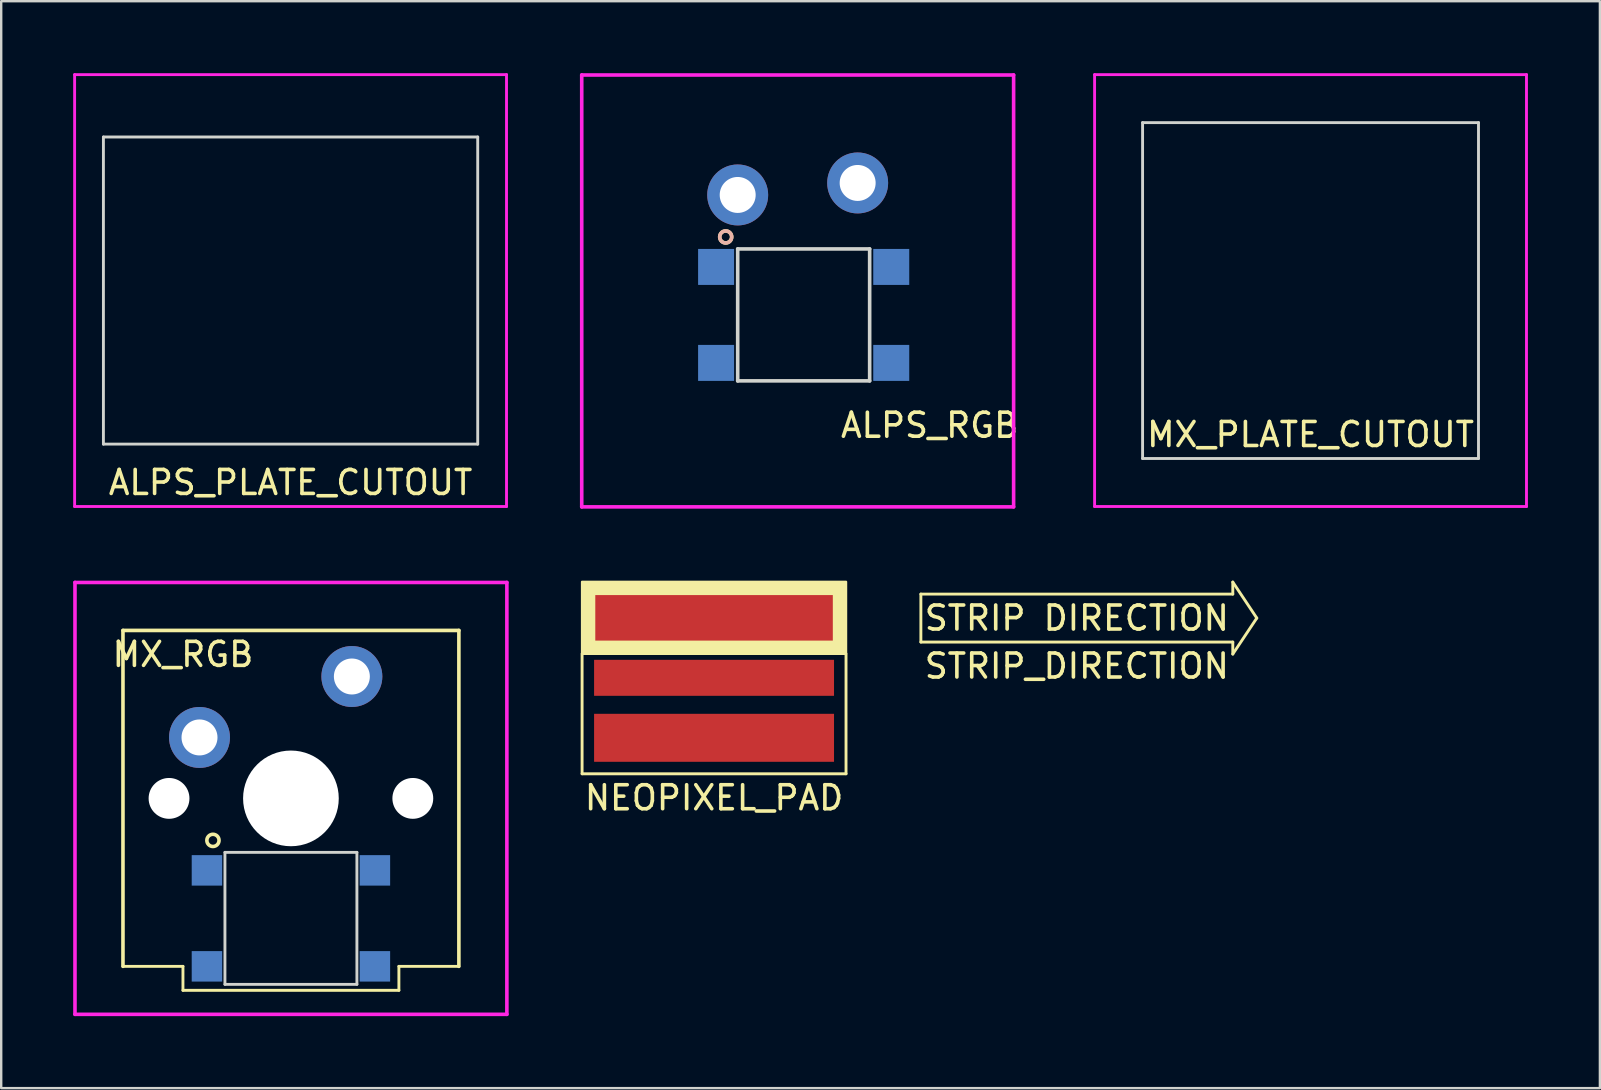
<source format=kicad_pcb>
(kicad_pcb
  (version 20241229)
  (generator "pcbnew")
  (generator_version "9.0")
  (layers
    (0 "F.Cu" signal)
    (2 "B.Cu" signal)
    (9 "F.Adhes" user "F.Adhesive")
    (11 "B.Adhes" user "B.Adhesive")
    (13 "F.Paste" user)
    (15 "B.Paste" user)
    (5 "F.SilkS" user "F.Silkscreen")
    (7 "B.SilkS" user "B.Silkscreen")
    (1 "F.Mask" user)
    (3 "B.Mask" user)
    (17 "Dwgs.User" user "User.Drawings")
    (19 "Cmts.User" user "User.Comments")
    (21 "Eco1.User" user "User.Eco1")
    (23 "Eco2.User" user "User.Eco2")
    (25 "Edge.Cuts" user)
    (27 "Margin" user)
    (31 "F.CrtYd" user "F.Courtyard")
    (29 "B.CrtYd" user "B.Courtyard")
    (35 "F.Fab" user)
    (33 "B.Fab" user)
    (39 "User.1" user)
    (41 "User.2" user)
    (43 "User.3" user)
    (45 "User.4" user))
  (footprint "MX_RGB"
    (layer "F.Cu")
    (at 9.075 30.225)
    (property "Reference" "MX_RGB" (at -4.5 -6 0) (layer "F.SilkS") (effects (font (size 1 1) (thickness 0.15))))
    (attr through_hole)
    (fp_line (start -7 -7) (end -7 7) (stroke (width 0.15) (type solid)) (layer "F.SilkS"))
    (fp_line (start -7 7) (end -4.5 7) (stroke (width 0.12) (type solid)) (layer "F.SilkS"))
    (fp_line (start -4.5 7) (end -4.5 8) (stroke (width 0.12) (type solid)) (layer "F.SilkS"))
    (fp_line (start -4.5 8) (end 4.5 8) (stroke (width 0.12) (type solid)) (layer "F.SilkS"))
    (fp_line (start 4.5 7) (end 7 7) (stroke (width 0.12) (type solid)) (layer "F.SilkS"))
    (fp_line (start 4.5 8) (end 4.5 7) (stroke (width 0.12) (type solid)) (layer "F.SilkS"))
    (fp_line (start 7 -7) (end -7 -7) (stroke (width 0.15) (type solid)) (layer "F.SilkS"))
    (fp_line (start 7 7) (end 7 -7) (stroke (width 0.15) (type solid)) (layer "F.SilkS"))
    (fp_circle (center -3.25 1.75) (end -2.996 1.75) (stroke (width 0.15) (type solid)) (fill no) (layer "F.SilkS"))
    (fp_line (start -2.75 2.25) (end 2.75 2.25) (stroke (width 0.12) (type solid)) (layer "Edge.Cuts"))
    (fp_line (start -2.75 7.75) (end -2.75 2.25) (stroke (width 0.12) (type solid)) (layer "Edge.Cuts"))
    (fp_line (start 2.75 2.25) (end 2.75 7.75) (stroke (width 0.12) (type solid)) (layer "Edge.Cuts"))
    (fp_line (start 2.75 7.75) (end -2.75 7.75) (stroke (width 0.12) (type solid)) (layer "Edge.Cuts"))
    (fp_line (start -9 -9) (end -9 9) (stroke (width 0.15) (type solid)) (layer "F.CrtYd"))
    (fp_line (start -9 9) (end 9 9) (stroke (width 0.15) (type solid)) (layer "F.CrtYd"))
    (fp_line (start 9 -9) (end -9 -9) (stroke (width 0.15) (type solid)) (layer "F.CrtYd"))
    (fp_line (start 9 9) (end 9 -9) (stroke (width 0.15) (type solid)) (layer "F.CrtYd"))
    (pad "" np_thru_hole circle (at -5.08 0) (size 1.702 1.702) (drill 1.702) (layers "*.Cu" "*.Mask"))
    (pad "" np_thru_hole circle (at 0 0) (size 3.988 3.988) (drill 3.988) (layers "*.Cu" "*.Mask"))
    (pad "" np_thru_hole circle (at 5.08 0) (size 1.702 1.702) (drill 1.702) (layers "*.Cu" "*.Mask"))
    (pad "D_IN" smd rect (at 3.5 3) (size 1.27 1.27) (layers "B.Cu" "B.Mask" "B.Paste"))
    (pad "D_OUT" smd rect (at -3.5 7) (size 1.27 1.27) (layers "B.Cu" "B.Mask" "B.Paste"))
    (pad "GND" smd rect (at -3.5 3) (size 1.27 1.27) (layers "B.Cu" "B.Mask" "B.Paste"))
    (pad "S1" thru_hole circle (at -3.81 -2.54) (size 2.54 2.54) (drill 1.499) (layers "*.Cu" "*.Mask"))
    (pad "S2" thru_hole circle (at 2.54 -5.08) (size 2.54 2.54) (drill 1.499) (layers "*.Cu" "*.Mask"))
    (pad "VCC" smd rect (at 3.5 7) (size 1.27 1.27) (layers "B.Cu" "B.Mask" "B.Paste")))
  (footprint "NEOPIXEL_PAD"
    (layer "F.Cu")
    (at 26.71 25.2)
    (property "Reference" "NEOPIXEL_PAD" (at 0 5 0) (layer "F.SilkS") (effects (font (size 1 1) (thickness 0.15))))
    (attr through_hole)
    (fp_line (start -5.5 -1) (end -5.5 4) (stroke (width 0.12) (type solid)) (layer "F.SilkS"))
    (fp_line (start -5.5 4) (end 5.5 4) (stroke (width 0.12) (type solid)) (layer "F.SilkS"))
    (fp_line (start 5.5 4) (end 5.5 -1) (stroke (width 0.12) (type solid)) (layer "F.SilkS"))
    (fp_poly (pts (xy -5 -3) (xy -5 -1.5) (xy 5 -1.5) (xy 5 -3.5) (xy 5.5 -3.5) (xy 5.5 -1) (xy -5.5 -1) (xy -5.5 -4) (xy 5.5 -4) (xy 5.5 -3.5) (xy -5 -3.5)) (stroke (width 0.1) (type solid)) (fill yes) (layer "F.SilkS"))
    (pad "1" smd rect (at 0 -2.5) (size 10 2) (layers "F.Cu" "F.Mask" "F.Paste"))
    (pad "2" smd rect (at 0 0) (size 10 1.5) (layers "F.Cu" "F.Mask" "F.Paste"))
    (pad "3" smd rect (at 0 2.5) (size 10 2) (layers "F.Cu" "F.Mask" "F.Paste")))
  (footprint "MX_PLATE_CUTOUT"
    (layer "F.Cu")
    (at 51.57 9.06)
    (property "Reference" "MX_PLATE_CUTOUT" (at 0 6 0) (layer "F.SilkS") (effects (font (size 1 1) (thickness 0.15))))
    (attr through_hole)
    (fp_line (start -7 -7) (end -7 7) (stroke (width 0.12) (type solid)) (layer "Edge.Cuts"))
    (fp_line (start -7 7) (end 7 7) (stroke (width 0.12) (type solid)) (layer "Edge.Cuts"))
    (fp_line (start 7 -7) (end -7 -7) (stroke (width 0.12) (type solid)) (layer "Edge.Cuts"))
    (fp_line (start 7 7) (end 7 -7) (stroke (width 0.12) (type solid)) (layer "Edge.Cuts"))
    (fp_line (start -9 -9) (end -9 9) (stroke (width 0.12) (type solid)) (layer "F.CrtYd"))
    (fp_line (start -9 9) (end 9 9) (stroke (width 0.12) (type solid)) (layer "F.CrtYd"))
    (fp_line (start 9 -9) (end -9 -9) (stroke (width 0.12) (type solid)) (layer "F.CrtYd"))
    (fp_line (start 9 9) (end 9 -9) (stroke (width 0.12) (type solid)) (layer "F.CrtYd")))
  (footprint "ALPS_RGB"
    (layer "F.Cu")
    (at 30.195 9.075)
    (property "Reference" "ALPS_RGB" (at 5.5 5.6 0) (layer "F.SilkS") (effects (font (size 1 1) (thickness 0.15))))
    (attr through_hole)
    (fp_circle (center -3 -2.25) (end -2.75 -2.25) (stroke (width 0.15) (type solid)) (fill no) (layer "F.SilkS"))
    (fp_circle (center -3 -2.25) (end -2.75 -2.25) (stroke (width 0.15) (type solid)) (fill no) (layer "B.SilkS"))
    (fp_line (start -7.75 -6.4) (end -7.75 6.4) (stroke (width 0.15) (type solid)) (layer "B.Paste"))
    (fp_line (start -7.75 6.4) (end 7.75 6.4) (stroke (width 0.15) (type solid)) (layer "B.Paste"))
    (fp_line (start 7.75 -6.4) (end -7.75 -6.4) (stroke (width 0.15) (type solid)) (layer "B.Paste"))
    (fp_line (start 7.75 6.4) (end 7.75 -6.4) (stroke (width 0.15) (type solid)) (layer "B.Paste"))
    (fp_line (start -2.5 -1.75) (end 3 -1.75) (stroke (width 0.15) (type solid)) (layer "Edge.Cuts"))
    (fp_line (start -2.5 3.75) (end -2.5 -1.75) (stroke (width 0.15) (type solid)) (layer "Edge.Cuts"))
    (fp_line (start 3 -1.75) (end 3 3.75) (stroke (width 0.15) (type solid)) (layer "Edge.Cuts"))
    (fp_line (start 3 3.75) (end -2.5 3.75) (stroke (width 0.15) (type solid)) (layer "Edge.Cuts"))
    (fp_line (start -9 -9) (end -9 9) (stroke (width 0.15) (type solid)) (layer "F.CrtYd"))
    (fp_line (start -9 9) (end 9 9) (stroke (width 0.15) (type solid)) (layer "F.CrtYd"))
    (fp_line (start 9 -9) (end -9 -9) (stroke (width 0.15) (type solid)) (layer "F.CrtYd"))
    (fp_line (start 9 9) (end 9 -9) (stroke (width 0.15) (type solid)) (layer "F.CrtYd"))
    (pad "1" thru_hole circle (at -2.5 -4) (size 2.54 2.54) (drill 1.499) (layers "*.Cu" "*.Mask"))
    (pad "2" thru_hole circle (at 2.5 -4.5) (size 2.54 2.54) (drill 1.499) (layers "*.Cu" "*.Mask"))
    (pad "DIN" smd rect (at -3.4 3) (size 1.5 1.5) (layers "B.Cu" "B.Mask" "B.Paste"))
    (pad "DOUT" smd rect (at 3.9 -1) (size 1.5 1.5) (layers "B.Cu" "B.Mask" "B.Paste"))
    (pad "GND" smd custom (at -3.4 -1) (size 1.5 1.5) (layers "B.Cu" "B.Mask" "B.Paste") (options (anchor rect)) (primitives))
    (pad "VCC" smd custom (at 3.9 3) (size 1.5 1.5) (layers "B.Cu" "B.Mask" "B.Paste") (options (anchor rect)) (primitives)))
  (footprint "STRIP_DIRECTION"
    (layer "F.Cu")
    (at 41.83 22.71)
    (property "Reference" "STRIP_DIRECTION" (at 0 2 0) (layer "F.SilkS") (effects (font (size 1 1) (thickness 0.15))))
    (attr through_hole)
    (fp_line (start -6.5 -1) (end -6.5 1) (stroke (width 0.12) (type solid)) (layer "F.SilkS"))
    (fp_line (start -6.5 1) (end 6.5 1) (stroke (width 0.12) (type solid)) (layer "F.SilkS"))
    (fp_line (start 6.5 -1.5) (end 6.5 -1) (stroke (width 0.12) (type solid)) (layer "F.SilkS"))
    (fp_line (start 6.5 -1) (end -6.5 -1) (stroke (width 0.12) (type solid)) (layer "F.SilkS"))
    (fp_line (start 6.5 1) (end 6.5 1.5) (stroke (width 0.12) (type solid)) (layer "F.SilkS"))
    (fp_line (start 6.5 1.5) (end 7.5 0) (stroke (width 0.12) (type solid)) (layer "F.SilkS"))
    (fp_line (start 7.5 0) (end 6.5 -1.5) (stroke (width 0.12) (type solid)) (layer "F.SilkS"))
    (fp_text user "STRIP DIRECTION" (at 0 0 0) (layer "F.SilkS") (effects (font (size 1 1) (thickness 0.15)))))
  (footprint "ALPS_PLATE_CUTOUT"
    (layer "F.Cu")
    (at 9.06 9.06)
    (property "Reference" "ALPS_PLATE_CUTOUT" (at 0 8 0) (layer "F.SilkS") (effects (font (size 1 1) (thickness 0.15))))
    (attr through_hole)
    (fp_line (start -7.8 -6.4) (end -7.8 6.4) (stroke (width 0.12) (type solid)) (layer "Edge.Cuts"))
    (fp_line (start -7.8 6.4) (end 7.8 6.4) (stroke (width 0.12) (type solid)) (layer "Edge.Cuts"))
    (fp_line (start 7.8 -6.4) (end -7.8 -6.4) (stroke (width 0.12) (type solid)) (layer "Edge.Cuts"))
    (fp_line (start 7.8 6.4) (end 7.8 -6.4) (stroke (width 0.12) (type solid)) (layer "Edge.Cuts"))
    (fp_line (start -9 -9) (end -9 9) (stroke (width 0.12) (type solid)) (layer "F.CrtYd"))
    (fp_line (start -9 9) (end 9 9) (stroke (width 0.12) (type solid)) (layer "F.CrtYd"))
    (fp_line (start 9 -9) (end -9 -9) (stroke (width 0.12) (type solid)) (layer "F.CrtYd"))
    (fp_line (start 9 9) (end 9 -9) (stroke (width 0.12) (type solid)) (layer "F.CrtYd")))
  (gr_rect
    (start -3 -3)
    (end 63.63 42.3)
    (stroke (width 0.1) (type default))
    (fill no)
    (layer "Edge.Cuts")))
</source>
